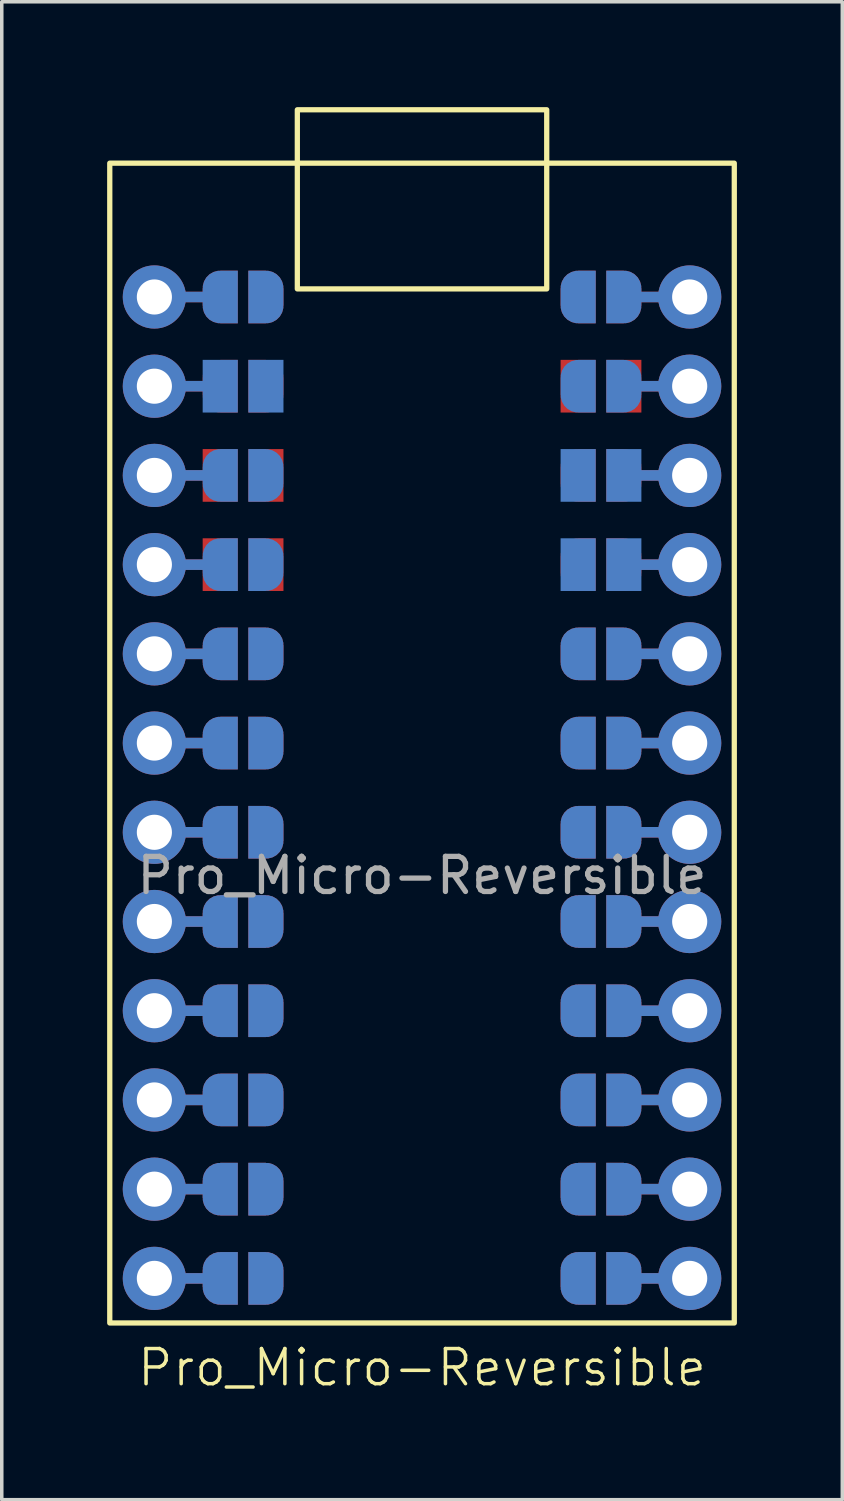
<source format=kicad_pcb>
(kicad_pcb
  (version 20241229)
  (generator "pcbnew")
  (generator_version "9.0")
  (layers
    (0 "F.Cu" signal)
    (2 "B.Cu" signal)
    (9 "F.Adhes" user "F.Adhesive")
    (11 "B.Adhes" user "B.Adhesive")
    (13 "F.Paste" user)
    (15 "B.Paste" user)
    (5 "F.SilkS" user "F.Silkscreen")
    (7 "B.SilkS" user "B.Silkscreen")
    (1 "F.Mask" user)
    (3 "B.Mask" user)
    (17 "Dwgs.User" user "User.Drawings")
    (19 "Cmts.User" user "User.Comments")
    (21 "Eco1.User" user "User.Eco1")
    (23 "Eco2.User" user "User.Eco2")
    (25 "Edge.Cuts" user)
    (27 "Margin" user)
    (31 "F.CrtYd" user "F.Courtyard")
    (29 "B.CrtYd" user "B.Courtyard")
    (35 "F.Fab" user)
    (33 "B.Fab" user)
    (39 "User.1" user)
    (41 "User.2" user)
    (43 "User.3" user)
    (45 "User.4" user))
  (footprint "Pro_Micro-Reversible"
    (layer "F.Cu")
    (at 8.965 19.375)
    (property "Reference" "Pro_Micro-Reversible" (at 0 16.51 0) (unlocked yes) (layer "F.SilkS") (effects (font (size 1 1) (thickness 0.1))))
    (attr through_hole)
    (fp_line (start -7.62 -13.97) (end -5.745 -13.97) (stroke (width 0.3) (type default)) (layer "F.Cu"))
    (fp_line (start -7.62 -11.43) (end -5.745 -11.43) (stroke (width 0.3) (type default)) (layer "F.Cu"))
    (fp_line (start -7.62 -6.35) (end -5.745 -6.35) (stroke (width 0.3) (type default)) (layer "F.Cu"))
    (fp_line (start -7.62 -3.81) (end -5.745 -3.81) (stroke (width 0.3) (type default)) (layer "F.Cu"))
    (fp_line (start -7.62 -1.27) (end -5.745 -1.27) (stroke (width 0.3) (type default)) (layer "F.Cu"))
    (fp_line (start -7.62 1.27) (end -5.745 1.27) (stroke (width 0.3) (type default)) (layer "F.Cu"))
    (fp_line (start -7.62 3.81) (end -5.745 3.81) (stroke (width 0.3) (type default)) (layer "F.Cu"))
    (fp_line (start -7.62 8.89) (end -5.745 8.89) (stroke (width 0.3) (type default)) (layer "F.Cu"))
    (fp_line (start -7.62 11.43) (end -5.745 11.43) (stroke (width 0.3) (type default)) (layer "F.Cu"))
    (fp_line (start -7.62 13.97) (end -5.745 13.97) (stroke (width 0.3) (type default)) (layer "F.Cu"))
    (fp_line (start -5.745 -8.89) (end -7.62 -8.89) (stroke (width 0.3) (type default)) (layer "F.Cu"))
    (fp_line (start -5.745 6.35) (end -7.62 6.35) (stroke (width 0.3) (type default)) (layer "F.Cu"))
    (fp_line (start 5.745 -13.97) (end 7.62 -13.97) (stroke (width 0.3) (type default)) (layer "F.Cu"))
    (fp_line (start 5.745 -11.43) (end 7.62 -11.43) (stroke (width 0.3) (type default)) (layer "F.Cu"))
    (fp_line (start 5.745 -6.35) (end 7.62 -6.35) (stroke (width 0.3) (type default)) (layer "F.Cu"))
    (fp_line (start 5.745 -3.81) (end 7.62 -3.81) (stroke (width 0.3) (type default)) (layer "F.Cu"))
    (fp_line (start 5.745 -1.27) (end 7.62 -1.27) (stroke (width 0.3) (type default)) (layer "F.Cu"))
    (fp_line (start 5.745 1.27) (end 7.62 1.27) (stroke (width 0.3) (type default)) (layer "F.Cu"))
    (fp_line (start 5.745 3.81) (end 7.62 3.81) (stroke (width 0.3) (type default)) (layer "F.Cu"))
    (fp_line (start 5.745 8.89) (end 7.62 8.89) (stroke (width 0.3) (type default)) (layer "F.Cu"))
    (fp_line (start 5.745 11.43) (end 7.62 11.43) (stroke (width 0.3) (type default)) (layer "F.Cu"))
    (fp_line (start 5.745 13.97) (end 7.62 13.97) (stroke (width 0.3) (type default)) (layer "F.Cu"))
    (fp_line (start 7.62 -8.89) (end 5.745 -8.89) (stroke (width 0.3) (type default)) (layer "F.Cu"))
    (fp_line (start 7.62 6.35) (end 5.745 6.35) (stroke (width 0.3) (type default)) (layer "F.Cu"))
    (fp_rect (start -5.745 -14.72) (end -4.445 -13.22) (stroke (width 0) (type solid)) (fill yes) (layer "F.Mask"))
    (fp_rect (start -5.745 -12.18) (end -4.445 -10.68) (stroke (width 0) (type solid)) (fill yes) (layer "F.Mask"))
    (fp_rect (start -5.745 -9.64) (end -4.445 -8.14) (stroke (width 0) (type solid)) (fill yes) (layer "F.Mask"))
    (fp_rect (start -5.745 -7.1) (end -4.445 -5.6) (stroke (width 0) (type solid)) (fill yes) (layer "F.Mask"))
    (fp_rect (start -5.745 -4.56) (end -4.445 -3.06) (stroke (width 0) (type solid)) (fill yes) (layer "F.Mask"))
    (fp_rect (start -5.745 -2.02) (end -4.445 -0.52) (stroke (width 0) (type solid)) (fill yes) (layer "F.Mask"))
    (fp_rect (start -5.745 0.52) (end -4.445 2.02) (stroke (width 0) (type solid)) (fill yes) (layer "F.Mask"))
    (fp_rect (start -5.745 3.06) (end -4.445 4.56) (stroke (width 0) (type solid)) (fill yes) (layer "F.Mask"))
    (fp_rect (start -5.745 5.6) (end -4.445 7.1) (stroke (width 0) (type solid)) (fill yes) (layer "F.Mask"))
    (fp_rect (start -5.745 8.14) (end -4.445 9.64) (stroke (width 0) (type solid)) (fill yes) (layer "F.Mask"))
    (fp_rect (start -5.745 10.68) (end -4.445 12.18) (stroke (width 0) (type solid)) (fill yes) (layer "F.Mask"))
    (fp_rect (start -5.745 13.22) (end -4.445 14.72) (stroke (width 0) (type solid)) (fill yes) (layer "F.Mask"))
    (fp_rect (start 4.445 -14.72) (end 5.745 -13.22) (stroke (width 0) (type solid)) (fill yes) (layer "F.Mask"))
    (fp_rect (start 4.445 -12.18) (end 5.745 -10.68) (stroke (width 0) (type solid)) (fill yes) (layer "F.Mask"))
    (fp_rect (start 4.445 -9.64) (end 5.745 -8.14) (stroke (width 0) (type solid)) (fill yes) (layer "F.Mask"))
    (fp_rect (start 4.445 -7.1) (end 5.745 -5.6) (stroke (width 0) (type solid)) (fill yes) (layer "F.Mask"))
    (fp_rect (start 4.445 -4.56) (end 5.745 -3.06) (stroke (width 0) (type solid)) (fill yes) (layer "F.Mask"))
    (fp_rect (start 4.445 -2.02) (end 5.745 -0.52) (stroke (width 0) (type solid)) (fill yes) (layer "F.Mask"))
    (fp_rect (start 4.445 0.52) (end 5.745 2.02) (stroke (width 0) (type solid)) (fill yes) (layer "F.Mask"))
    (fp_rect (start 4.445 3.06) (end 5.745 4.56) (stroke (width 0) (type solid)) (fill yes) (layer "F.Mask"))
    (fp_rect (start 4.445 5.6) (end 5.745 7.1) (stroke (width 0) (type solid)) (fill yes) (layer "F.Mask"))
    (fp_rect (start 4.445 8.14) (end 5.745 9.64) (stroke (width 0) (type solid)) (fill yes) (layer "F.Mask"))
    (fp_rect (start 4.445 10.68) (end 5.745 12.18) (stroke (width 0) (type solid)) (fill yes) (layer "F.Mask"))
    (fp_rect (start 4.445 13.22) (end 5.745 14.72) (stroke (width 0) (type solid)) (fill yes) (layer "F.Mask"))
    (fp_line (start -7.62 -8.89) (end -5.745 -8.89) (stroke (width 0.3) (type default)) (layer "B.Cu"))
    (fp_line (start -7.62 6.35) (end -5.745 6.35) (stroke (width 0.3) (type default)) (layer "B.Cu"))
    (fp_line (start -5.745 -13.97) (end -7.62 -13.97) (stroke (width 0.3) (type default)) (layer "B.Cu"))
    (fp_line (start -5.745 -11.43) (end -7.62 -11.43) (stroke (width 0.3) (type default)) (layer "B.Cu"))
    (fp_line (start -5.745 -6.35) (end -7.62 -6.35) (stroke (width 0.3) (type default)) (layer "B.Cu"))
    (fp_line (start -5.745 -3.81) (end -7.62 -3.81) (stroke (width 0.3) (type default)) (layer "B.Cu"))
    (fp_line (start -5.745 -1.27) (end -7.62 -1.27) (stroke (width 0.3) (type default)) (layer "B.Cu"))
    (fp_line (start -5.745 1.27) (end -7.62 1.27) (stroke (width 0.3) (type default)) (layer "B.Cu"))
    (fp_line (start -5.745 3.81) (end -7.62 3.81) (stroke (width 0.3) (type default)) (layer "B.Cu"))
    (fp_line (start -5.745 8.89) (end -7.62 8.89) (stroke (width 0.3) (type default)) (layer "B.Cu"))
    (fp_line (start -5.745 11.43) (end -7.62 11.43) (stroke (width 0.3) (type default)) (layer "B.Cu"))
    (fp_line (start -5.745 13.97) (end -7.62 13.97) (stroke (width 0.3) (type default)) (layer "B.Cu"))
    (fp_line (start 5.745 -8.89) (end 7.62 -8.89) (stroke (width 0.3) (type default)) (layer "B.Cu"))
    (fp_line (start 5.745 6.35) (end 7.62 6.35) (stroke (width 0.3) (type default)) (layer "B.Cu"))
    (fp_line (start 7.62 -13.97) (end 5.745 -13.97) (stroke (width 0.3) (type default)) (layer "B.Cu"))
    (fp_line (start 7.62 -11.43) (end 5.745 -11.43) (stroke (width 0.3) (type default)) (layer "B.Cu"))
    (fp_line (start 7.62 -6.35) (end 5.745 -6.35) (stroke (width 0.3) (type default)) (layer "B.Cu"))
    (fp_line (start 7.62 -3.81) (end 5.745 -3.81) (stroke (width 0.3) (type default)) (layer "B.Cu"))
    (fp_line (start 7.62 -1.27) (end 5.745 -1.27) (stroke (width 0.3) (type default)) (layer "B.Cu"))
    (fp_line (start 7.62 1.27) (end 5.745 1.27) (stroke (width 0.3) (type default)) (layer "B.Cu"))
    (fp_line (start 7.62 3.81) (end 5.745 3.81) (stroke (width 0.3) (type default)) (layer "B.Cu"))
    (fp_line (start 7.62 8.89) (end 5.745 8.89) (stroke (width 0.3) (type default)) (layer "B.Cu"))
    (fp_line (start 7.62 11.43) (end 5.745 11.43) (stroke (width 0.3) (type default)) (layer "B.Cu"))
    (fp_line (start 7.62 13.97) (end 5.745 13.97) (stroke (width 0.3) (type default)) (layer "B.Cu"))
    (fp_rect (start -5.745 -14.72) (end -4.445 -13.22) (stroke (width 0) (type solid)) (fill yes) (layer "B.Mask"))
    (fp_rect (start -5.745 -12.18) (end -4.445 -10.68) (stroke (width 0) (type solid)) (fill yes) (layer "B.Mask"))
    (fp_rect (start -5.745 -9.64) (end -4.445 -8.14) (stroke (width 0) (type solid)) (fill yes) (layer "B.Mask"))
    (fp_rect (start -5.745 -7.1) (end -4.445 -5.6) (stroke (width 0) (type solid)) (fill yes) (layer "B.Mask"))
    (fp_rect (start -5.745 -4.56) (end -4.445 -3.06) (stroke (width 0) (type solid)) (fill yes) (layer "B.Mask"))
    (fp_rect (start -5.745 -2.02) (end -4.445 -0.52) (stroke (width 0) (type solid)) (fill yes) (layer "B.Mask"))
    (fp_rect (start -5.745 0.52) (end -4.445 2.02) (stroke (width 0) (type solid)) (fill yes) (layer "B.Mask"))
    (fp_rect (start -5.745 3.06) (end -4.445 4.56) (stroke (width 0) (type solid)) (fill yes) (layer "B.Mask"))
    (fp_rect (start -5.745 5.6) (end -4.445 7.1) (stroke (width 0) (type solid)) (fill yes) (layer "B.Mask"))
    (fp_rect (start -5.745 8.14) (end -4.445 9.64) (stroke (width 0) (type solid)) (fill yes) (layer "B.Mask"))
    (fp_rect (start -5.745 10.68) (end -4.445 12.18) (stroke (width 0) (type solid)) (fill yes) (layer "B.Mask"))
    (fp_rect (start -5.745 13.22) (end -4.445 14.72) (stroke (width 0) (type solid)) (fill yes) (layer "B.Mask"))
    (fp_rect (start 4.445 -14.72) (end 5.745 -13.22) (stroke (width 0) (type solid)) (fill yes) (layer "B.Mask"))
    (fp_rect (start 4.445 -12.18) (end 5.745 -10.68) (stroke (width 0) (type solid)) (fill yes) (layer "B.Mask"))
    (fp_rect (start 4.445 -9.64) (end 5.745 -8.14) (stroke (width 0) (type solid)) (fill yes) (layer "B.Mask"))
    (fp_rect (start 4.445 -7.1) (end 5.745 -5.6) (stroke (width 0) (type solid)) (fill yes) (layer "B.Mask"))
    (fp_rect (start 4.445 -4.56) (end 5.745 -3.06) (stroke (width 0) (type solid)) (fill yes) (layer "B.Mask"))
    (fp_rect (start 4.445 -2.02) (end 5.745 -0.52) (stroke (width 0) (type solid)) (fill yes) (layer "B.Mask"))
    (fp_rect (start 4.445 0.52) (end 5.745 2.02) (stroke (width 0) (type solid)) (fill yes) (layer "B.Mask"))
    (fp_rect (start 4.445 3.06) (end 5.745 4.56) (stroke (width 0) (type solid)) (fill yes) (layer "B.Mask"))
    (fp_rect (start 4.445 5.6) (end 5.745 7.1) (stroke (width 0) (type solid)) (fill yes) (layer "B.Mask"))
    (fp_rect (start 4.445 8.14) (end 5.745 9.64) (stroke (width 0) (type solid)) (fill yes) (layer "B.Mask"))
    (fp_rect (start 4.445 10.68) (end 5.745 12.18) (stroke (width 0) (type solid)) (fill yes) (layer "B.Mask"))
    (fp_rect (start 4.445 13.22) (end 5.745 14.72) (stroke (width 0) (type solid)) (fill yes) (layer "B.Mask"))
    (fp_rect (start -8.89 -17.78) (end 8.89 15.24) (stroke (width 0.15) (type solid)) (fill no) (layer "F.SilkS"))
    (fp_rect (start -3.55 -19.3) (end 3.55 -14.2) (stroke (width 0.15) (type default)) (fill no) (layer "F.SilkS"))
    (fp_text user "${REFERENCE}" (at 0 2.5 0) (unlocked yes) (layer "F.Fab") (effects (font (size 1 1) (thickness 0.15))))
    (pad "" thru_hole circle (at -7.62 -13.97) (size 1.8 1.8) (drill 1) (layers "*.Cu" "B.Mask"))
    (pad "" thru_hole circle (at -7.62 -11.43) (size 1.8 1.8) (drill 1) (layers "*.Cu" "B.Mask"))
    (pad "" thru_hole circle (at -7.62 -8.89) (size 1.8 1.8) (drill 1) (layers "*.Cu" "B.Mask"))
    (pad "" thru_hole circle (at -7.62 -6.35) (size 1.8 1.8) (drill 1) (layers "*.Cu" "B.Mask"))
    (pad "" thru_hole circle (at -7.62 -3.81) (size 1.8 1.8) (drill 1) (layers "*.Cu" "B.Mask"))
    (pad "" thru_hole circle (at -7.62 -1.27) (size 1.8 1.8) (drill 1) (layers "*.Cu" "B.Mask"))
    (pad "" thru_hole circle (at -7.62 1.27) (size 1.8 1.8) (drill 1) (layers "*.Cu" "B.Mask"))
    (pad "" thru_hole circle (at -7.62 3.81) (size 1.8 1.8) (drill 1) (layers "*.Cu" "B.Mask"))
    (pad "" thru_hole circle (at -7.62 6.35) (size 1.8 1.8) (drill 1) (layers "*.Cu" "B.Mask"))
    (pad "" thru_hole circle (at -7.62 8.89) (size 1.8 1.8) (drill 1) (layers "*.Cu" "B.Mask"))
    (pad "" thru_hole circle (at -7.62 11.43) (size 1.8 1.8) (drill 1) (layers "*.Cu" "B.Mask"))
    (pad "" thru_hole circle (at -7.62 13.97) (size 1.8 1.8) (drill 1) (layers "*.Cu" "B.Mask"))
    (pad "" smd custom (at -5.745 -13.97 180) (size 1 0.5) (layers "F.Cu" "F.Mask") (options (anchor rect)) (primitives (gr_circle (center 0 0.25) (end 0.5 0.25) (width 0) (fill yes)) (gr_circle (center 0 -0.25) (end 0.5 -0.25) (width 0) (fill yes)) (gr_poly (pts (xy 0 0.75) (xy -0.5 0.75) (xy -0.5 -0.75) (xy 0 -0.75)) (width 0) (fill yes))))
    (pad "" smd custom (at -5.745 -13.97) (size 1 0.5) (layers "B.Cu" "B.Mask") (options (anchor rect)) (primitives (gr_circle (center 0 0.25) (end -0.5 0.25) (width 0) (fill yes)) (gr_circle (center 0 -0.25) (end -0.5 -0.25) (width 0) (fill yes)) (gr_poly (pts (xy 0 0.75) (xy 0.5 0.75) (xy 0.5 -0.75) (xy 0 -0.75)) (width 0) (fill yes))))
    (pad "" smd custom (at -5.745 -11.43 180) (size 1 0.5) (layers "F.Cu" "F.Mask") (options (anchor rect)) (primitives (gr_circle (center 0 0.25) (end 0.5 0.25) (width 0) (fill yes)) (gr_circle (center 0 -0.25) (end 0.5 -0.25) (width 0) (fill yes)) (gr_poly (pts (xy 0 0.75) (xy -0.5 0.75) (xy -0.5 -0.75) (xy 0 -0.75)) (width 0) (fill yes))))
    (pad "" smd rect (at -5.745 -11.43) (size 1 1.5) (layers "B.Cu" "B.Mask"))
    (pad "" smd custom (at -5.745 -8.89) (size 1 0.5) (layers "B.Cu" "B.Mask") (options (anchor rect)) (primitives (gr_circle (center 0 0.25) (end -0.5 0.25) (width 0) (fill yes)) (gr_circle (center 0 -0.25) (end -0.5 -0.25) (width 0) (fill yes)) (gr_poly (pts (xy 0 0.75) (xy 0.5 0.75) (xy 0.5 -0.75) (xy 0 -0.75)) (width 0) (fill yes))))
    (pad "" smd rect (at -5.745 -8.89 180) (size 1 1.5) (layers "F.Cu" "F.Mask"))
    (pad "" smd custom (at -5.745 -6.35) (size 1 0.5) (layers "B.Cu" "B.Mask") (options (anchor rect)) (primitives (gr_circle (center 0 0.25) (end -0.5 0.25) (width 0) (fill yes)) (gr_circle (center 0 -0.25) (end -0.5 -0.25) (width 0) (fill yes)) (gr_poly (pts (xy 0 0.75) (xy 0.5 0.75) (xy 0.5 -0.75) (xy 0 -0.75)) (width 0) (fill yes))))
    (pad "" smd rect (at -5.745 -6.35 180) (size 1 1.5) (layers "F.Cu" "F.Mask"))
    (pad "" smd custom (at -5.745 -3.81 180) (size 1 0.5) (layers "F.Cu" "F.Mask") (options (anchor rect)) (primitives (gr_circle (center 0 0.25) (end 0.5 0.25) (width 0) (fill yes)) (gr_circle (center 0 -0.25) (end 0.5 -0.25) (width 0) (fill yes)) (gr_poly (pts (xy 0 0.75) (xy -0.5 0.75) (xy -0.5 -0.75) (xy 0 -0.75)) (width 0) (fill yes))))
    (pad "" smd custom (at -5.745 -3.81) (size 1 0.5) (layers "B.Cu" "B.Mask") (options (anchor rect)) (primitives (gr_circle (center 0 0.25) (end -0.5 0.25) (width 0) (fill yes)) (gr_circle (center 0 -0.25) (end -0.5 -0.25) (width 0) (fill yes)) (gr_poly (pts (xy 0 0.75) (xy 0.5 0.75) (xy 0.5 -0.75) (xy 0 -0.75)) (width 0) (fill yes))))
    (pad "" smd custom (at -5.745 -1.27 180) (size 1 0.5) (layers "F.Cu" "F.Mask") (options (anchor rect)) (primitives (gr_circle (center 0 0.25) (end 0.5 0.25) (width 0) (fill yes)) (gr_circle (center 0 -0.25) (end 0.5 -0.25) (width 0) (fill yes)) (gr_poly (pts (xy 0 0.75) (xy -0.5 0.75) (xy -0.5 -0.75) (xy 0 -0.75)) (width 0) (fill yes))))
    (pad "" smd custom (at -5.745 -1.27) (size 1 0.5) (layers "B.Cu" "B.Mask") (options (anchor rect)) (primitives (gr_circle (center 0 0.25) (end -0.5 0.25) (width 0) (fill yes)) (gr_circle (center 0 -0.25) (end -0.5 -0.25) (width 0) (fill yes)) (gr_poly (pts (xy 0 0.75) (xy 0.5 0.75) (xy 0.5 -0.75) (xy 0 -0.75)) (width 0) (fill yes))))
    (pad "" smd custom (at -5.745 1.27 180) (size 1 0.5) (layers "F.Cu" "F.Mask") (options (anchor rect)) (primitives (gr_circle (center 0 0.25) (end 0.5 0.25) (width 0) (fill yes)) (gr_circle (center 0 -0.25) (end 0.5 -0.25) (width 0) (fill yes)) (gr_poly (pts (xy 0 0.75) (xy -0.5 0.75) (xy -0.5 -0.75) (xy 0 -0.75)) (width 0) (fill yes))))
    (pad "" smd custom (at -5.745 1.27) (size 1 0.5) (layers "B.Cu" "B.Mask") (options (anchor rect)) (primitives (gr_circle (center 0 0.25) (end -0.5 0.25) (width 0) (fill yes)) (gr_circle (center 0 -0.25) (end -0.5 -0.25) (width 0) (fill yes)) (gr_poly (pts (xy 0 0.75) (xy 0.5 0.75) (xy 0.5 -0.75) (xy 0 -0.75)) (width 0) (fill yes))))
    (pad "" smd custom (at -5.745 3.81 180) (size 1 0.5) (layers "F.Cu" "F.Mask") (options (anchor rect)) (primitives (gr_circle (center 0 0.25) (end 0.5 0.25) (width 0) (fill yes)) (gr_circle (center 0 -0.25) (end 0.5 -0.25) (width 0) (fill yes)) (gr_poly (pts (xy 0 0.75) (xy -0.5 0.75) (xy -0.5 -0.75) (xy 0 -0.75)) (width 0) (fill yes))))
    (pad "" smd custom (at -5.745 3.81) (size 1 0.5) (layers "B.Cu" "B.Mask") (options (anchor rect)) (primitives (gr_circle (center 0 0.25) (end -0.5 0.25) (width 0) (fill yes)) (gr_circle (center 0 -0.25) (end -0.5 -0.25) (width 0) (fill yes)) (gr_poly (pts (xy 0 0.75) (xy 0.5 0.75) (xy 0.5 -0.75) (xy 0 -0.75)) (width 0) (fill yes))))
    (pad "" smd custom (at -5.745 6.35 180) (size 1 0.5) (layers "F.Cu" "F.Mask") (options (anchor rect)) (primitives (gr_circle (center 0 0.25) (end 0.5 0.25) (width 0) (fill yes)) (gr_circle (center 0 -0.25) (end 0.5 -0.25) (width 0) (fill yes)) (gr_poly (pts (xy 0 0.75) (xy -0.5 0.75) (xy -0.5 -0.75) (xy 0 -0.75)) (width 0) (fill yes))))
    (pad "" smd custom (at -5.745 6.35) (size 1 0.5) (layers "B.Cu" "B.Mask") (options (anchor rect)) (primitives (gr_circle (center 0 0.25) (end -0.5 0.25) (width 0) (fill yes)) (gr_circle (center 0 -0.25) (end -0.5 -0.25) (width 0) (fill yes)) (gr_poly (pts (xy 0 0.75) (xy 0.5 0.75) (xy 0.5 -0.75) (xy 0 -0.75)) (width 0) (fill yes))))
    (pad "" smd custom (at -5.745 8.89 180) (size 1 0.5) (layers "F.Cu" "F.Mask") (options (anchor rect)) (primitives (gr_circle (center 0 0.25) (end 0.5 0.25) (width 0) (fill yes)) (gr_circle (center 0 -0.25) (end 0.5 -0.25) (width 0) (fill yes)) (gr_poly (pts (xy 0 0.75) (xy -0.5 0.75) (xy -0.5 -0.75) (xy 0 -0.75)) (width 0) (fill yes))))
    (pad "" smd custom (at -5.745 8.89) (size 1 0.5) (layers "B.Cu" "B.Mask") (options (anchor rect)) (primitives (gr_circle (center 0 0.25) (end -0.5 0.25) (width 0) (fill yes)) (gr_circle (center 0 -0.25) (end -0.5 -0.25) (width 0) (fill yes)) (gr_poly (pts (xy 0 0.75) (xy 0.5 0.75) (xy 0.5 -0.75) (xy 0 -0.75)) (width 0) (fill yes))))
    (pad "" smd custom (at -5.745 11.43 180) (size 1 0.5) (layers "F.Cu" "F.Mask") (options (anchor rect)) (primitives (gr_circle (center 0 0.25) (end 0.5 0.25) (width 0) (fill yes)) (gr_circle (center 0 -0.25) (end 0.5 -0.25) (width 0) (fill yes)) (gr_poly (pts (xy 0 0.75) (xy -0.5 0.75) (xy -0.5 -0.75) (xy 0 -0.75)) (width 0) (fill yes))))
    (pad "" smd custom (at -5.745 11.43) (size 1 0.5) (layers "B.Cu" "B.Mask") (options (anchor rect)) (primitives (gr_circle (center 0 0.25) (end -0.5 0.25) (width 0) (fill yes)) (gr_circle (center 0 -0.25) (end -0.5 -0.25) (width 0) (fill yes)) (gr_poly (pts (xy 0 0.75) (xy 0.5 0.75) (xy 0.5 -0.75) (xy 0 -0.75)) (width 0) (fill yes))))
    (pad "" smd custom (at -5.745 13.97 180) (size 1 0.5) (layers "F.Cu" "F.Mask") (options (anchor rect)) (primitives (gr_circle (center 0 0.25) (end 0.5 0.25) (width 0) (fill yes)) (gr_circle (center 0 -0.25) (end 0.5 -0.25) (width 0) (fill yes)) (gr_poly (pts (xy 0 0.75) (xy -0.5 0.75) (xy -0.5 -0.75) (xy 0 -0.75)) (width 0) (fill yes))))
    (pad "" smd custom (at -5.745 13.97) (size 1 0.5) (layers "B.Cu" "B.Mask") (options (anchor rect)) (primitives (gr_circle (center 0 0.25) (end -0.5 0.25) (width 0) (fill yes)) (gr_circle (center 0 -0.25) (end -0.5 -0.25) (width 0) (fill yes)) (gr_poly (pts (xy 0 0.75) (xy 0.5 0.75) (xy 0.5 -0.75) (xy 0 -0.75)) (width 0) (fill yes))))
    (pad "" smd custom (at 5.745 -13.97) (size 1 0.5) (layers "F.Cu" "F.Mask") (options (anchor rect)) (primitives (gr_circle (center 0 0.25) (end 0.5 0.25) (width 0) (fill yes)) (gr_circle (center 0 -0.25) (end 0.5 -0.25) (width 0) (fill yes)) (gr_poly (pts (xy 0 0.75) (xy -0.5 0.75) (xy -0.5 -0.75) (xy 0 -0.75)) (width 0) (fill yes))))
    (pad "" smd custom (at 5.745 -13.97 180) (size 1 0.5) (layers "B.Cu" "B.Mask") (options (anchor rect)) (primitives (gr_circle (center 0 0.25) (end -0.5 0.25) (width 0) (fill yes)) (gr_circle (center 0 -0.25) (end -0.5 -0.25) (width 0) (fill yes)) (gr_poly (pts (xy 0 0.75) (xy 0.5 0.75) (xy 0.5 -0.75) (xy 0 -0.75)) (width 0) (fill yes))))
    (pad "" smd custom (at 5.745 -11.43 180) (size 1 0.5) (layers "B.Cu" "B.Mask") (options (anchor rect)) (primitives (gr_circle (center 0 0.25) (end -0.5 0.25) (width 0) (fill yes)) (gr_circle (center 0 -0.25) (end -0.5 -0.25) (width 0) (fill yes)) (gr_poly (pts (xy 0 0.75) (xy 0.5 0.75) (xy 0.5 -0.75) (xy 0 -0.75)) (width 0) (fill yes))))
    (pad "" smd rect (at 5.745 -11.43) (size 1 1.5) (layers "F.Cu" "F.Mask"))
    (pad "" smd custom (at 5.745 -8.89) (size 1 0.5) (layers "F.Cu" "F.Mask") (options (anchor rect)) (primitives (gr_circle (center 0 0.25) (end 0.5 0.25) (width 0) (fill yes)) (gr_circle (center 0 -0.25) (end 0.5 -0.25) (width 0) (fill yes)) (gr_poly (pts (xy 0 0.75) (xy -0.5 0.75) (xy -0.5 -0.75) (xy 0 -0.75)) (width 0) (fill yes))))
    (pad "" smd rect (at 5.745 -8.89 180) (size 1 1.5) (layers "B.Cu" "B.Mask"))
    (pad "" smd custom (at 5.745 -6.35) (size 1 0.5) (layers "F.Cu" "F.Mask") (options (anchor rect)) (primitives (gr_circle (center 0 0.25) (end 0.5 0.25) (width 0) (fill yes)) (gr_circle (center 0 -0.25) (end 0.5 -0.25) (width 0) (fill yes)) (gr_poly (pts (xy 0 0.75) (xy -0.5 0.75) (xy -0.5 -0.75) (xy 0 -0.75)) (width 0) (fill yes))))
    (pad "" smd rect (at 5.745 -6.35 180) (size 1 1.5) (layers "B.Cu" "B.Mask"))
    (pad "" smd custom (at 5.745 -3.81) (size 1 0.5) (layers "F.Cu" "F.Mask") (options (anchor rect)) (primitives (gr_circle (center 0 0.25) (end 0.5 0.25) (width 0) (fill yes)) (gr_circle (center 0 -0.25) (end 0.5 -0.25) (width 0) (fill yes)) (gr_poly (pts (xy 0 0.75) (xy -0.5 0.75) (xy -0.5 -0.75) (xy 0 -0.75)) (width 0) (fill yes))))
    (pad "" smd custom (at 5.745 -3.81 180) (size 1 0.5) (layers "B.Cu" "B.Mask") (options (anchor rect)) (primitives (gr_circle (center 0 0.25) (end -0.5 0.25) (width 0) (fill yes)) (gr_circle (center 0 -0.25) (end -0.5 -0.25) (width 0) (fill yes)) (gr_poly (pts (xy 0 0.75) (xy 0.5 0.75) (xy 0.5 -0.75) (xy 0 -0.75)) (width 0) (fill yes))))
    (pad "" smd custom (at 5.745 -1.27) (size 1 0.5) (layers "F.Cu" "F.Mask") (options (anchor rect)) (primitives (gr_circle (center 0 0.25) (end 0.5 0.25) (width 0) (fill yes)) (gr_circle (center 0 -0.25) (end 0.5 -0.25) (width 0) (fill yes)) (gr_poly (pts (xy 0 0.75) (xy -0.5 0.75) (xy -0.5 -0.75) (xy 0 -0.75)) (width 0) (fill yes))))
    (pad "" smd custom (at 5.745 -1.27 180) (size 1 0.5) (layers "B.Cu" "B.Mask") (options (anchor rect)) (primitives (gr_circle (center 0 0.25) (end -0.5 0.25) (width 0) (fill yes)) (gr_circle (center 0 -0.25) (end -0.5 -0.25) (width 0) (fill yes)) (gr_poly (pts (xy 0 0.75) (xy 0.5 0.75) (xy 0.5 -0.75) (xy 0 -0.75)) (width 0) (fill yes))))
    (pad "" smd custom (at 5.745 1.27) (size 1 0.5) (layers "F.Cu" "F.Mask") (options (anchor rect)) (primitives (gr_circle (center 0 0.25) (end 0.5 0.25) (width 0) (fill yes)) (gr_circle (center 0 -0.25) (end 0.5 -0.25) (width 0) (fill yes)) (gr_poly (pts (xy 0 0.75) (xy -0.5 0.75) (xy -0.5 -0.75) (xy 0 -0.75)) (width 0) (fill yes))))
    (pad "" smd custom (at 5.745 1.27 180) (size 1 0.5) (layers "B.Cu" "B.Mask") (options (anchor rect)) (primitives (gr_circle (center 0 0.25) (end -0.5 0.25) (width 0) (fill yes)) (gr_circle (center 0 -0.25) (end -0.5 -0.25) (width 0) (fill yes)) (gr_poly (pts (xy 0 0.75) (xy 0.5 0.75) (xy 0.5 -0.75) (xy 0 -0.75)) (width 0) (fill yes))))
    (pad "" smd custom (at 5.745 3.81) (size 1 0.5) (layers "F.Cu" "F.Mask") (options (anchor rect)) (primitives (gr_circle (center 0 0.25) (end 0.5 0.25) (width 0) (fill yes)) (gr_circle (center 0 -0.25) (end 0.5 -0.25) (width 0) (fill yes)) (gr_poly (pts (xy 0 0.75) (xy -0.5 0.75) (xy -0.5 -0.75) (xy 0 -0.75)) (width 0) (fill yes))))
    (pad "" smd custom (at 5.745 3.81 180) (size 1 0.5) (layers "B.Cu" "B.Mask") (options (anchor rect)) (primitives (gr_circle (center 0 0.25) (end -0.5 0.25) (width 0) (fill yes)) (gr_circle (center 0 -0.25) (end -0.5 -0.25) (width 0) (fill yes)) (gr_poly (pts (xy 0 0.75) (xy 0.5 0.75) (xy 0.5 -0.75) (xy 0 -0.75)) (width 0) (fill yes))))
    (pad "" smd custom (at 5.745 6.35) (size 1 0.5) (layers "F.Cu" "F.Mask") (options (anchor rect)) (primitives (gr_circle (center 0 0.25) (end 0.5 0.25) (width 0) (fill yes)) (gr_circle (center 0 -0.25) (end 0.5 -0.25) (width 0) (fill yes)) (gr_poly (pts (xy 0 0.75) (xy -0.5 0.75) (xy -0.5 -0.75) (xy 0 -0.75)) (width 0) (fill yes))))
    (pad "" smd custom (at 5.745 6.35 180) (size 1 0.5) (layers "B.Cu" "B.Mask") (options (anchor rect)) (primitives (gr_circle (center 0 0.25) (end -0.5 0.25) (width 0) (fill yes)) (gr_circle (center 0 -0.25) (end -0.5 -0.25) (width 0) (fill yes)) (gr_poly (pts (xy 0 0.75) (xy 0.5 0.75) (xy 0.5 -0.75) (xy 0 -0.75)) (width 0) (fill yes))))
    (pad "" smd custom (at 5.745 8.89) (size 1 0.5) (layers "F.Cu" "F.Mask") (options (anchor rect)) (primitives (gr_circle (center 0 0.25) (end 0.5 0.25) (width 0) (fill yes)) (gr_circle (center 0 -0.25) (end 0.5 -0.25) (width 0) (fill yes)) (gr_poly (pts (xy 0 0.75) (xy -0.5 0.75) (xy -0.5 -0.75) (xy 0 -0.75)) (width 0) (fill yes))))
    (pad "" smd custom (at 5.745 8.89 180) (size 1 0.5) (layers "B.Cu" "B.Mask") (options (anchor rect)) (primitives (gr_circle (center 0 0.25) (end -0.5 0.25) (width 0) (fill yes)) (gr_circle (center 0 -0.25) (end -0.5 -0.25) (width 0) (fill yes)) (gr_poly (pts (xy 0 0.75) (xy 0.5 0.75) (xy 0.5 -0.75) (xy 0 -0.75)) (width 0) (fill yes))))
    (pad "" smd custom (at 5.745 11.43) (size 1 0.5) (layers "F.Cu" "F.Mask") (options (anchor rect)) (primitives (gr_circle (center 0 0.25) (end 0.5 0.25) (width 0) (fill yes)) (gr_circle (center 0 -0.25) (end 0.5 -0.25) (width 0) (fill yes)) (gr_poly (pts (xy 0 0.75) (xy -0.5 0.75) (xy -0.5 -0.75) (xy 0 -0.75)) (width 0) (fill yes))))
    (pad "" smd custom (at 5.745 11.43 180) (size 1 0.5) (layers "B.Cu" "B.Mask") (options (anchor rect)) (primitives (gr_circle (center 0 0.25) (end -0.5 0.25) (width 0) (fill yes)) (gr_circle (center 0 -0.25) (end -0.5 -0.25) (width 0) (fill yes)) (gr_poly (pts (xy 0 0.75) (xy 0.5 0.75) (xy 0.5 -0.75) (xy 0 -0.75)) (width 0) (fill yes))))
    (pad "" smd custom (at 5.745 13.97) (size 1 0.5) (layers "F.Cu" "F.Mask") (options (anchor rect)) (primitives (gr_circle (center 0 0.25) (end 0.5 0.25) (width 0) (fill yes)) (gr_circle (center 0 -0.25) (end 0.5 -0.25) (width 0) (fill yes)) (gr_poly (pts (xy 0 0.75) (xy -0.5 0.75) (xy -0.5 -0.75) (xy 0 -0.75)) (width 0) (fill yes))))
    (pad "" smd custom (at 5.745 13.97 180) (size 1 0.5) (layers "B.Cu" "B.Mask") (options (anchor rect)) (primitives (gr_circle (center 0 0.25) (end -0.5 0.25) (width 0) (fill yes)) (gr_circle (center 0 -0.25) (end -0.5 -0.25) (width 0) (fill yes)) (gr_poly (pts (xy 0 0.75) (xy 0.5 0.75) (xy 0.5 -0.75) (xy 0 -0.75)) (width 0) (fill yes))))
    (pad "" thru_hole circle (at 7.62 -13.97) (size 1.8 1.8) (drill 1) (layers "*.Cu" "B.Mask"))
    (pad "" thru_hole circle (at 7.62 -11.43) (size 1.8 1.8) (drill 1) (layers "*.Cu" "B.Mask"))
    (pad "" thru_hole circle (at 7.62 -8.89) (size 1.8 1.8) (drill 1) (layers "*.Cu" "B.Mask"))
    (pad "" thru_hole circle (at 7.62 -6.35) (size 1.8 1.8) (drill 1) (layers "*.Cu" "B.Mask"))
    (pad "" thru_hole circle (at 7.62 -3.81) (size 1.8 1.8) (drill 1) (layers "*.Cu" "B.Mask"))
    (pad "" thru_hole circle (at 7.62 -1.27) (size 1.8 1.8) (drill 1) (layers "*.Cu" "B.Mask"))
    (pad "" thru_hole circle (at 7.62 1.27) (size 1.8 1.8) (drill 1) (layers "*.Cu" "B.Mask"))
    (pad "" thru_hole circle (at 7.62 3.81) (size 1.8 1.8) (drill 1) (layers "*.Cu" "B.Mask"))
    (pad "" thru_hole circle (at 7.62 6.35) (size 1.8 1.8) (drill 1) (layers "*.Cu" "B.Mask"))
    (pad "" thru_hole circle (at 7.62 8.89) (size 1.8 1.8) (drill 1) (layers "*.Cu" "B.Mask"))
    (pad "" thru_hole circle (at 7.62 11.43) (size 1.8 1.8) (drill 1) (layers "*.Cu" "B.Mask"))
    (pad "" thru_hole circle (at 7.62 13.97) (size 1.8 1.8) (drill 1) (layers "*.Cu" "B.Mask"))
    (pad "1" smd custom (at -4.445 -13.97 180) (size 1 0.5) (layers "F.Cu" "F.Mask") (options (anchor rect)) (primitives (gr_circle (center 0 0.25) (end 0.5 0.25) (width 0) (fill yes)) (gr_circle (center 0 -0.25) (end 0.5 -0.25) (width 0) (fill yes)) (gr_poly (pts (xy 0.5 0.75) (xy 0 0.75) (xy 0 -0.75) (xy 0.5 -0.75)) (width 0) (fill yes))))
    (pad "1" smd custom (at 4.445 -13.97 180) (size 1 0.5) (layers "B.Cu" "B.Mask") (options (anchor rect)) (primitives (gr_circle (center 0 0.25) (end -0.5 0.25) (width 0) (fill yes)) (gr_circle (center 0 -0.25) (end -0.5 -0.25) (width 0) (fill yes)) (gr_poly (pts (xy -0.5 0.75) (xy 0 0.75) (xy 0 -0.75) (xy -0.5 -0.75)) (width 0) (fill yes))))
    (pad "2" smd custom (at -4.445 -11.43 180) (size 1 0.5) (layers "F.Cu" "F.Mask") (options (anchor rect)) (primitives (gr_circle (center 0 0.25) (end 0.5 0.25) (width 0) (fill yes)) (gr_circle (center 0 -0.25) (end 0.5 -0.25) (width 0) (fill yes)) (gr_poly (pts (xy 0.5 0.75) (xy 0 0.75) (xy 0 -0.75) (xy 0.5 -0.75)) (width 0) (fill yes))))
    (pad "2" smd custom (at 4.445 -11.43 180) (size 1 0.5) (layers "B.Cu" "B.Mask") (options (anchor rect)) (primitives (gr_circle (center 0 0.25) (end -0.5 0.25) (width 0) (fill yes)) (gr_circle (center 0 -0.25) (end -0.5 -0.25) (width 0) (fill yes)) (gr_poly (pts (xy -0.5 0.75) (xy 0 0.75) (xy 0 -0.75) (xy -0.5 -0.75)) (width 0) (fill yes))))
    (pad "3" smd rect (at -4.445 -8.89 180) (size 1 1.5) (layers "F.Cu" "F.Mask"))
    (pad "3" smd rect (at 4.445 -8.89 180) (size 1 1.5) (layers "B.Cu" "B.Mask"))
    (pad "4" smd rect (at -4.445 -6.35 180) (size 1 1.5) (layers "F.Cu" "F.Mask"))
    (pad "4" smd rect (at 4.445 -6.35 180) (size 1 1.5) (layers "B.Cu" "B.Mask"))
    (pad "5" smd custom (at -4.445 -3.81 180) (size 1 0.5) (layers "F.Cu" "F.Mask") (options (anchor rect)) (primitives (gr_circle (center 0 0.25) (end 0.5 0.25) (width 0) (fill yes)) (gr_circle (center 0 -0.25) (end 0.5 -0.25) (width 0) (fill yes)) (gr_poly (pts (xy 0.5 0.75) (xy 0 0.75) (xy 0 -0.75) (xy 0.5 -0.75)) (width 0) (fill yes))))
    (pad "5" smd custom (at 4.445 -3.81 180) (size 1 0.5) (layers "B.Cu" "B.Mask") (options (anchor rect)) (primitives (gr_circle (center 0 0.25) (end -0.5 0.25) (width 0) (fill yes)) (gr_circle (center 0 -0.25) (end -0.5 -0.25) (width 0) (fill yes)) (gr_poly (pts (xy -0.5 0.75) (xy 0 0.75) (xy 0 -0.75) (xy -0.5 -0.75)) (width 0) (fill yes))))
    (pad "6" smd custom (at -4.445 -1.27 180) (size 1 0.5) (layers "F.Cu" "F.Mask") (options (anchor rect)) (primitives (gr_circle (center 0 0.25) (end 0.5 0.25) (width 0) (fill yes)) (gr_circle (center 0 -0.25) (end 0.5 -0.25) (width 0) (fill yes)) (gr_poly (pts (xy 0.5 0.75) (xy 0 0.75) (xy 0 -0.75) (xy 0.5 -0.75)) (width 0) (fill yes))))
    (pad "6" smd custom (at 4.445 -1.27 180) (size 1 0.5) (layers "B.Cu" "B.Mask") (options (anchor rect)) (primitives (gr_circle (center 0 0.25) (end -0.5 0.25) (width 0) (fill yes)) (gr_circle (center 0 -0.25) (end -0.5 -0.25) (width 0) (fill yes)) (gr_poly (pts (xy -0.5 0.75) (xy 0 0.75) (xy 0 -0.75) (xy -0.5 -0.75)) (width 0) (fill yes))))
    (pad "7" smd custom (at -4.445 1.27 180) (size 1 0.5) (layers "F.Cu" "F.Mask") (options (anchor rect)) (primitives (gr_circle (center 0 0.25) (end 0.5 0.25) (width 0) (fill yes)) (gr_circle (center 0 -0.25) (end 0.5 -0.25) (width 0) (fill yes)) (gr_poly (pts (xy 0.5 0.75) (xy 0 0.75) (xy 0 -0.75) (xy 0.5 -0.75)) (width 0) (fill yes))))
    (pad "7" smd custom (at 4.445 1.27 180) (size 1 0.5) (layers "B.Cu" "B.Mask") (options (anchor rect)) (primitives (gr_circle (center 0 0.25) (end -0.5 0.25) (width 0) (fill yes)) (gr_circle (center 0 -0.25) (end -0.5 -0.25) (width 0) (fill yes)) (gr_poly (pts (xy -0.5 0.75) (xy 0 0.75) (xy 0 -0.75) (xy -0.5 -0.75)) (width 0) (fill yes))))
    (pad "8" smd custom (at -4.445 3.81 180) (size 1 0.5) (layers "F.Cu" "F.Mask") (options (anchor rect)) (primitives (gr_circle (center 0 0.25) (end 0.5 0.25) (width 0) (fill yes)) (gr_circle (center 0 -0.25) (end 0.5 -0.25) (width 0) (fill yes)) (gr_poly (pts (xy 0.5 0.75) (xy 0 0.75) (xy 0 -0.75) (xy 0.5 -0.75)) (width 0) (fill yes))))
    (pad "8" smd custom (at 4.445 3.81 180) (size 1 0.5) (layers "B.Cu" "B.Mask") (options (anchor rect)) (primitives (gr_circle (center 0 0.25) (end -0.5 0.25) (width 0) (fill yes)) (gr_circle (center 0 -0.25) (end -0.5 -0.25) (width 0) (fill yes)) (gr_poly (pts (xy -0.5 0.75) (xy 0 0.75) (xy 0 -0.75) (xy -0.5 -0.75)) (width 0) (fill yes))))
    (pad "9" smd custom (at -4.445 6.35 180) (size 1 0.5) (layers "F.Cu" "F.Mask") (options (anchor rect)) (primitives (gr_circle (center 0 0.25) (end 0.5 0.25) (width 0) (fill yes)) (gr_circle (center 0 -0.25) (end 0.5 -0.25) (width 0) (fill yes)) (gr_poly (pts (xy 0.5 0.75) (xy 0 0.75) (xy 0 -0.75) (xy 0.5 -0.75)) (width 0) (fill yes))))
    (pad "9" smd custom (at 4.445 6.35 180) (size 1 0.5) (layers "B.Cu" "B.Mask") (options (anchor rect)) (primitives (gr_circle (center 0 0.25) (end -0.5 0.25) (width 0) (fill yes)) (gr_circle (center 0 -0.25) (end -0.5 -0.25) (width 0) (fill yes)) (gr_poly (pts (xy -0.5 0.75) (xy 0 0.75) (xy 0 -0.75) (xy -0.5 -0.75)) (width 0) (fill yes))))
    (pad "10" smd custom (at -4.445 8.89 180) (size 1 0.5) (layers "F.Cu" "F.Mask") (options (anchor rect)) (primitives (gr_circle (center 0 0.25) (end 0.5 0.25) (width 0) (fill yes)) (gr_circle (center 0 -0.25) (end 0.5 -0.25) (width 0) (fill yes)) (gr_poly (pts (xy 0.5 0.75) (xy 0 0.75) (xy 0 -0.75) (xy 0.5 -0.75)) (width 0) (fill yes))))
    (pad "10" smd custom (at 4.445 8.89 180) (size 1 0.5) (layers "B.Cu" "B.Mask") (options (anchor rect)) (primitives (gr_circle (center 0 0.25) (end -0.5 0.25) (width 0) (fill yes)) (gr_circle (center 0 -0.25) (end -0.5 -0.25) (width 0) (fill yes)) (gr_poly (pts (xy -0.5 0.75) (xy 0 0.75) (xy 0 -0.75) (xy -0.5 -0.75)) (width 0) (fill yes))))
    (pad "11" smd custom (at -4.445 11.43 180) (size 1 0.5) (layers "F.Cu" "F.Mask") (options (anchor rect)) (primitives (gr_circle (center 0 0.25) (end 0.5 0.25) (width 0) (fill yes)) (gr_circle (center 0 -0.25) (end 0.5 -0.25) (width 0) (fill yes)) (gr_poly (pts (xy 0.5 0.75) (xy 0 0.75) (xy 0 -0.75) (xy 0.5 -0.75)) (width 0) (fill yes))))
    (pad "11" smd custom (at 4.445 11.43 180) (size 1 0.5) (layers "B.Cu" "B.Mask") (options (anchor rect)) (primitives (gr_circle (center 0 0.25) (end -0.5 0.25) (width 0) (fill yes)) (gr_circle (center 0 -0.25) (end -0.5 -0.25) (width 0) (fill yes)) (gr_poly (pts (xy -0.5 0.75) (xy 0 0.75) (xy 0 -0.75) (xy -0.5 -0.75)) (width 0) (fill yes))))
    (pad "12" smd custom (at -4.445 13.97 180) (size 1 0.5) (layers "F.Cu" "F.Mask") (options (anchor rect)) (primitives (gr_circle (center 0 0.25) (end 0.5 0.25) (width 0) (fill yes)) (gr_circle (center 0 -0.25) (end 0.5 -0.25) (width 0) (fill yes)) (gr_poly (pts (xy 0.5 0.75) (xy 0 0.75) (xy 0 -0.75) (xy 0.5 -0.75)) (width 0) (fill yes))))
    (pad "12" smd custom (at 4.445 13.97 180) (size 1 0.5) (layers "B.Cu" "B.Mask") (options (anchor rect)) (primitives (gr_circle (center 0 0.25) (end -0.5 0.25) (width 0) (fill yes)) (gr_circle (center 0 -0.25) (end -0.5 -0.25) (width 0) (fill yes)) (gr_poly (pts (xy -0.5 0.75) (xy 0 0.75) (xy 0 -0.75) (xy -0.5 -0.75)) (width 0) (fill yes))))
    (pad "13" smd custom (at -4.445 -13.97) (size 1 0.5) (layers "B.Cu" "B.Mask") (options (anchor rect)) (primitives (gr_circle (center 0 0.25) (end -0.5 0.25) (width 0) (fill yes)) (gr_circle (center 0 -0.25) (end -0.5 -0.25) (width 0) (fill yes)) (gr_poly (pts (xy -0.5 0.75) (xy 0 0.75) (xy 0 -0.75) (xy -0.5 -0.75)) (width 0) (fill yes))))
    (pad "13" smd custom (at 4.445 -13.97) (size 1 0.5) (layers "F.Cu" "F.Mask") (options (anchor rect)) (primitives (gr_circle (center 0 0.25) (end 0.5 0.25) (width 0) (fill yes)) (gr_circle (center 0 -0.25) (end 0.5 -0.25) (width 0) (fill yes)) (gr_poly (pts (xy 0.5 0.75) (xy 0 0.75) (xy 0 -0.75) (xy 0.5 -0.75)) (width 0) (fill yes))))
    (pad "14" smd rect (at -4.445 -11.43) (size 1 1.5) (layers "B.Cu" "B.Mask"))
    (pad "14" smd rect (at 4.445 -11.43) (size 1 1.5) (layers "F.Cu" "F.Mask"))
    (pad "15" smd custom (at -4.445 -8.89) (size 1 0.5) (layers "B.Cu" "B.Mask") (options (anchor rect)) (primitives (gr_circle (center 0 0.25) (end -0.5 0.25) (width 0) (fill yes)) (gr_circle (center 0 -0.25) (end -0.5 -0.25) (width 0) (fill yes)) (gr_poly (pts (xy -0.5 0.75) (xy 0 0.75) (xy 0 -0.75) (xy -0.5 -0.75)) (width 0) (fill yes))))
    (pad "15" smd custom (at 4.445 -8.89) (size 1 0.5) (layers "F.Cu" "F.Mask") (options (anchor rect)) (primitives (gr_circle (center 0 0.25) (end 0.5 0.25) (width 0) (fill yes)) (gr_circle (center 0 -0.25) (end 0.5 -0.25) (width 0) (fill yes)) (gr_poly (pts (xy 0.5 0.75) (xy 0 0.75) (xy 0 -0.75) (xy 0.5 -0.75)) (width 0) (fill yes))))
    (pad "16" smd custom (at -4.445 -6.35) (size 1 0.5) (layers "B.Cu" "B.Mask") (options (anchor rect)) (primitives (gr_circle (center 0 0.25) (end -0.5 0.25) (width 0) (fill yes)) (gr_circle (center 0 -0.25) (end -0.5 -0.25) (width 0) (fill yes)) (gr_poly (pts (xy -0.5 0.75) (xy 0 0.75) (xy 0 -0.75) (xy -0.5 -0.75)) (width 0) (fill yes))))
    (pad "16" smd custom (at 4.445 -6.35) (size 1 0.5) (layers "F.Cu" "F.Mask") (options (anchor rect)) (primitives (gr_circle (center 0 0.25) (end 0.5 0.25) (width 0) (fill yes)) (gr_circle (center 0 -0.25) (end 0.5 -0.25) (width 0) (fill yes)) (gr_poly (pts (xy 0.5 0.75) (xy 0 0.75) (xy 0 -0.75) (xy 0.5 -0.75)) (width 0) (fill yes))))
    (pad "17" smd custom (at -4.445 -3.81) (size 1 0.5) (layers "B.Cu" "B.Mask") (options (anchor rect)) (primitives (gr_circle (center 0 0.25) (end -0.5 0.25) (width 0) (fill yes)) (gr_circle (center 0 -0.25) (end -0.5 -0.25) (width 0) (fill yes)) (gr_poly (pts (xy -0.5 0.75) (xy 0 0.75) (xy 0 -0.75) (xy -0.5 -0.75)) (width 0) (fill yes))))
    (pad "17" smd custom (at 4.445 -3.81) (size 1 0.5) (layers "F.Cu" "F.Mask") (options (anchor rect)) (primitives (gr_circle (center 0 0.25) (end 0.5 0.25) (width 0) (fill yes)) (gr_circle (center 0 -0.25) (end 0.5 -0.25) (width 0) (fill yes)) (gr_poly (pts (xy 0.5 0.75) (xy 0 0.75) (xy 0 -0.75) (xy 0.5 -0.75)) (width 0) (fill yes))))
    (pad "18" smd custom (at -4.445 -1.27) (size 1 0.5) (layers "B.Cu" "B.Mask") (options (anchor rect)) (primitives (gr_circle (center 0 0.25) (end -0.5 0.25) (width 0) (fill yes)) (gr_circle (center 0 -0.25) (end -0.5 -0.25) (width 0) (fill yes)) (gr_poly (pts (xy -0.5 0.75) (xy 0 0.75) (xy 0 -0.75) (xy -0.5 -0.75)) (width 0) (fill yes))))
    (pad "18" smd custom (at 4.445 -1.27) (size 1 0.5) (layers "F.Cu" "F.Mask") (options (anchor rect)) (primitives (gr_circle (center 0 0.25) (end 0.5 0.25) (width 0) (fill yes)) (gr_circle (center 0 -0.25) (end 0.5 -0.25) (width 0) (fill yes)) (gr_poly (pts (xy 0.5 0.75) (xy 0 0.75) (xy 0 -0.75) (xy 0.5 -0.75)) (width 0) (fill yes))))
    (pad "19" smd custom (at -4.445 1.27) (size 1 0.5) (layers "B.Cu" "B.Mask") (options (anchor rect)) (primitives (gr_circle (center 0 0.25) (end -0.5 0.25) (width 0) (fill yes)) (gr_circle (center 0 -0.25) (end -0.5 -0.25) (width 0) (fill yes)) (gr_poly (pts (xy -0.5 0.75) (xy 0 0.75) (xy 0 -0.75) (xy -0.5 -0.75)) (width 0) (fill yes))))
    (pad "19" smd custom (at 4.445 1.27) (size 1 0.5) (layers "F.Cu" "F.Mask") (options (anchor rect)) (primitives (gr_circle (center 0 0.25) (end 0.5 0.25) (width 0) (fill yes)) (gr_circle (center 0 -0.25) (end 0.5 -0.25) (width 0) (fill yes)) (gr_poly (pts (xy 0.5 0.75) (xy 0 0.75) (xy 0 -0.75) (xy 0.5 -0.75)) (width 0) (fill yes))))
    (pad "20" smd custom (at -4.445 3.81) (size 1 0.5) (layers "B.Cu" "B.Mask") (options (anchor rect)) (primitives (gr_circle (center 0 0.25) (end -0.5 0.25) (width 0) (fill yes)) (gr_circle (center 0 -0.25) (end -0.5 -0.25) (width 0) (fill yes)) (gr_poly (pts (xy -0.5 0.75) (xy 0 0.75) (xy 0 -0.75) (xy -0.5 -0.75)) (width 0) (fill yes))))
    (pad "20" smd custom (at 4.445 3.81) (size 1 0.5) (layers "F.Cu" "F.Mask") (options (anchor rect)) (primitives (gr_circle (center 0 0.25) (end 0.5 0.25) (width 0) (fill yes)) (gr_circle (center 0 -0.25) (end 0.5 -0.25) (width 0) (fill yes)) (gr_poly (pts (xy 0.5 0.75) (xy 0 0.75) (xy 0 -0.75) (xy 0.5 -0.75)) (width 0) (fill yes))))
    (pad "21" smd custom (at -4.445 6.35) (size 1 0.5) (layers "B.Cu" "B.Mask") (options (anchor rect)) (primitives (gr_circle (center 0 0.25) (end -0.5 0.25) (width 0) (fill yes)) (gr_circle (center 0 -0.25) (end -0.5 -0.25) (width 0) (fill yes)) (gr_poly (pts (xy -0.5 0.75) (xy 0 0.75) (xy 0 -0.75) (xy -0.5 -0.75)) (width 0) (fill yes))))
    (pad "21" smd custom (at 4.445 6.35) (size 1 0.5) (layers "F.Cu" "F.Mask") (options (anchor rect)) (primitives (gr_circle (center 0 0.25) (end 0.5 0.25) (width 0) (fill yes)) (gr_circle (center 0 -0.25) (end 0.5 -0.25) (width 0) (fill yes)) (gr_poly (pts (xy 0.5 0.75) (xy 0 0.75) (xy 0 -0.75) (xy 0.5 -0.75)) (width 0) (fill yes))))
    (pad "22" smd custom (at -4.445 8.89) (size 1 0.5) (layers "B.Cu" "B.Mask") (options (anchor rect)) (primitives (gr_circle (center 0 0.25) (end -0.5 0.25) (width 0) (fill yes)) (gr_circle (center 0 -0.25) (end -0.5 -0.25) (width 0) (fill yes)) (gr_poly (pts (xy -0.5 0.75) (xy 0 0.75) (xy 0 -0.75) (xy -0.5 -0.75)) (width 0) (fill yes))))
    (pad "22" smd custom (at 4.445 8.89) (size 1 0.5) (layers "F.Cu" "F.Mask") (options (anchor rect)) (primitives (gr_circle (center 0 0.25) (end 0.5 0.25) (width 0) (fill yes)) (gr_circle (center 0 -0.25) (end 0.5 -0.25) (width 0) (fill yes)) (gr_poly (pts (xy 0.5 0.75) (xy 0 0.75) (xy 0 -0.75) (xy 0.5 -0.75)) (width 0) (fill yes))))
    (pad "23" smd custom (at -4.445 11.43) (size 1 0.5) (layers "B.Cu" "B.Mask") (options (anchor rect)) (primitives (gr_circle (center 0 0.25) (end -0.5 0.25) (width 0) (fill yes)) (gr_circle (center 0 -0.25) (end -0.5 -0.25) (width 0) (fill yes)) (gr_poly (pts (xy -0.5 0.75) (xy 0 0.75) (xy 0 -0.75) (xy -0.5 -0.75)) (width 0) (fill yes))))
    (pad "23" smd custom (at 4.445 11.43) (size 1 0.5) (layers "F.Cu" "F.Mask") (options (anchor rect)) (primitives (gr_circle (center 0 0.25) (end 0.5 0.25) (width 0) (fill yes)) (gr_circle (center 0 -0.25) (end 0.5 -0.25) (width 0) (fill yes)) (gr_poly (pts (xy 0.5 0.75) (xy 0 0.75) (xy 0 -0.75) (xy 0.5 -0.75)) (width 0) (fill yes))))
    (pad "24" smd custom (at -4.445 13.97) (size 1 0.5) (layers "B.Cu" "B.Mask") (options (anchor rect)) (primitives (gr_circle (center 0 0.25) (end -0.5 0.25) (width 0) (fill yes)) (gr_circle (center 0 -0.25) (end -0.5 -0.25) (width 0) (fill yes)) (gr_poly (pts (xy -0.5 0.75) (xy 0 0.75) (xy 0 -0.75) (xy -0.5 -0.75)) (width 0) (fill yes))))
    (pad "24" smd custom (at 4.445 13.97) (size 1 0.5) (layers "F.Cu" "F.Mask") (options (anchor rect)) (primitives (gr_circle (center 0 0.25) (end 0.5 0.25) (width 0) (fill yes)) (gr_circle (center 0 -0.25) (end 0.5 -0.25) (width 0) (fill yes)) (gr_poly (pts (xy 0.5 0.75) (xy 0 0.75) (xy 0 -0.75) (xy 0.5 -0.75)) (width 0) (fill yes)))))
  (gr_rect
    (start -3 -3)
    (end 20.93 39.645)
    (stroke (width 0.1) (type default))
    (fill no)
    (layer "Edge.Cuts")))
</source>
